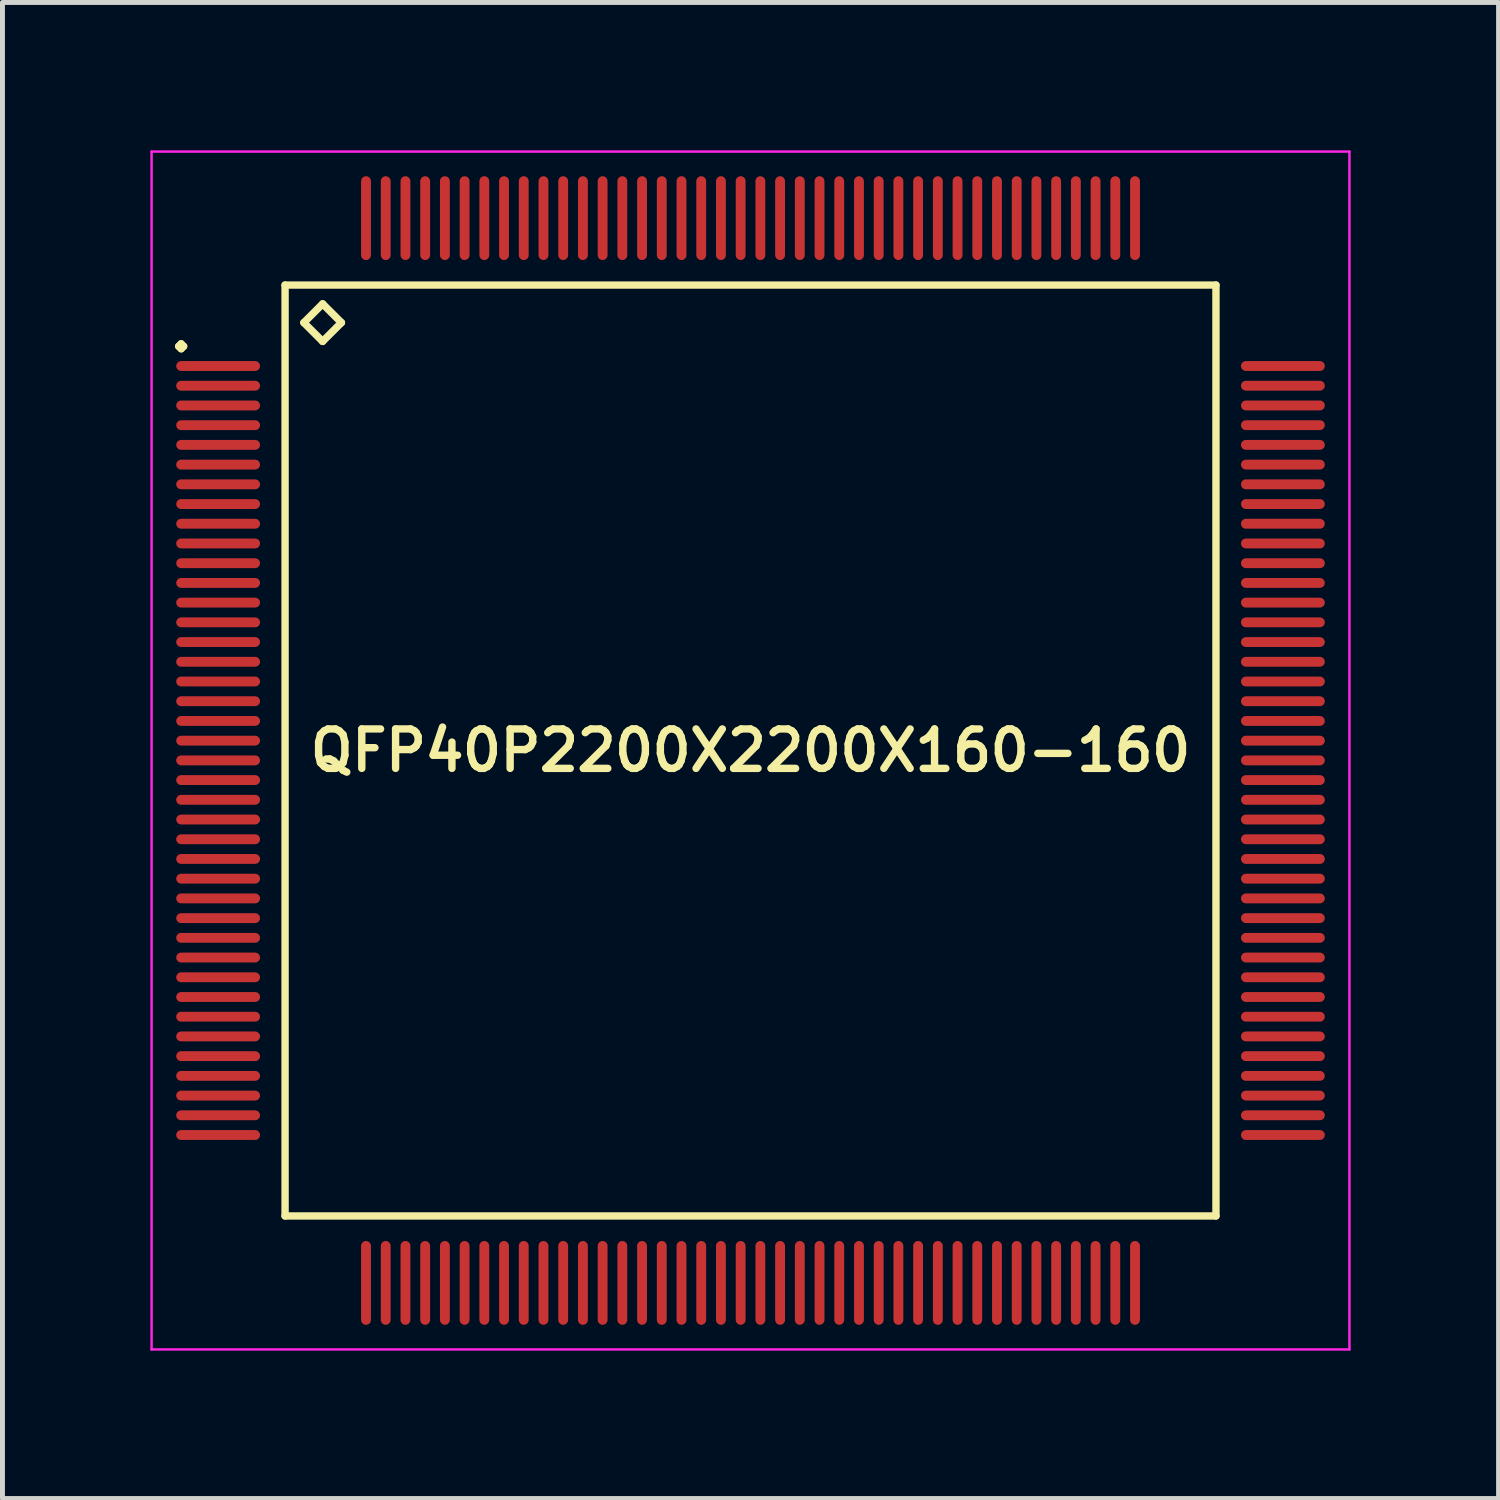
<source format=kicad_pcb>
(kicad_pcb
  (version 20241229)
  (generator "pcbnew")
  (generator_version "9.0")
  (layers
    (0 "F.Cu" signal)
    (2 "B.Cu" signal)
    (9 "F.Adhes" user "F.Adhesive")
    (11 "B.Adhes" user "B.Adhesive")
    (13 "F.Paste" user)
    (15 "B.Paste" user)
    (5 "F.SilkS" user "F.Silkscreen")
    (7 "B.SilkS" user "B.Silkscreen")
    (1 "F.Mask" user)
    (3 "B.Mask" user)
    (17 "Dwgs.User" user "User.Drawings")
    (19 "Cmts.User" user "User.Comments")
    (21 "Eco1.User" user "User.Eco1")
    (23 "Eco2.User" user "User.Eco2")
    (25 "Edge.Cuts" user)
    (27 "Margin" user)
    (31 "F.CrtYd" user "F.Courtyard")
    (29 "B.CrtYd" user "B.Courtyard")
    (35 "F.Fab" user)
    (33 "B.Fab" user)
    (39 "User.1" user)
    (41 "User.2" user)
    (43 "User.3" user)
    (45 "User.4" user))
  (footprint "QFP40P2200X2200X160-160"
    (layer "F.Cu")
    (at 12.175 12.175)
    (property "Reference" "QFP40P2200X2200X160-160" (at 0 0 0) (layer "F.SilkS") (effects (font (size 0.8 0.8) (thickness 0.15))))
    (attr smd)
    (fp_line (start -11.6 -8.2) (end -11.55 -8.25) (stroke (width 0.15) (type solid)) (layer "F.SilkS"))
    (fp_line (start -11.55 -8.25) (end -11.5 -8.2) (stroke (width 0.15) (type solid)) (layer "F.SilkS"))
    (fp_line (start -11.55 -8.15) (end -11.6 -8.2) (stroke (width 0.15) (type solid)) (layer "F.SilkS"))
    (fp_line (start -11.5 -8.2) (end -11.55 -8.15) (stroke (width 0.15) (type solid)) (layer "F.SilkS"))
    (fp_line (start -9.442 -9.442) (end -9.442 9.442) (stroke (width 0.15) (type solid)) (layer "F.SilkS"))
    (fp_line (start -9.442 9.442) (end 9.442 9.442) (stroke (width 0.15) (type solid)) (layer "F.SilkS"))
    (fp_line (start -9.061 -8.68) (end -8.68 -9.061) (stroke (width 0.15) (type solid)) (layer "F.SilkS"))
    (fp_line (start -8.68 -9.061) (end -8.299 -8.68) (stroke (width 0.15) (type solid)) (layer "F.SilkS"))
    (fp_line (start -8.68 -8.299) (end -9.061 -8.68) (stroke (width 0.15) (type solid)) (layer "F.SilkS"))
    (fp_line (start -8.299 -8.68) (end -8.68 -8.299) (stroke (width 0.15) (type solid)) (layer "F.SilkS"))
    (fp_line (start 9.442 -9.442) (end -9.442 -9.442) (stroke (width 0.15) (type solid)) (layer "F.SilkS"))
    (fp_line (start 9.442 9.442) (end 9.442 -9.442) (stroke (width 0.15) (type solid)) (layer "F.SilkS"))
    (fp_line (start -12.15 -12.15) (end 12.15 -12.15) (stroke (width 0.05) (type solid)) (layer "F.CrtYd"))
    (fp_line (start -12.15 12.15) (end -12.15 -12.15) (stroke (width 0.05) (type solid)) (layer "F.CrtYd"))
    (fp_line (start 12.15 -12.15) (end 12.15 12.15) (stroke (width 0.05) (type solid)) (layer "F.CrtYd"))
    (fp_line (start 12.15 12.15) (end -12.15 12.15) (stroke (width 0.05) (type solid)) (layer "F.CrtYd"))
    (pad "1" smd oval (at -10.8 -7.8) (size 1.7 0.2) (layers "F.Cu" "F.Mask" "F.Paste"))
    (pad "2" smd oval (at -10.8 -7.4) (size 1.7 0.2) (layers "F.Cu" "F.Mask" "F.Paste"))
    (pad "3" smd oval (at -10.8 -7) (size 1.7 0.2) (layers "F.Cu" "F.Mask" "F.Paste"))
    (pad "4" smd oval (at -10.8 -6.6) (size 1.7 0.2) (layers "F.Cu" "F.Mask" "F.Paste"))
    (pad "5" smd oval (at -10.8 -6.2) (size 1.7 0.2) (layers "F.Cu" "F.Mask" "F.Paste"))
    (pad "6" smd oval (at -10.8 -5.8) (size 1.7 0.2) (layers "F.Cu" "F.Mask" "F.Paste"))
    (pad "7" smd oval (at -10.8 -5.4) (size 1.7 0.2) (layers "F.Cu" "F.Mask" "F.Paste"))
    (pad "8" smd oval (at -10.8 -5) (size 1.7 0.2) (layers "F.Cu" "F.Mask" "F.Paste"))
    (pad "9" smd oval (at -10.8 -4.6) (size 1.7 0.2) (layers "F.Cu" "F.Mask" "F.Paste"))
    (pad "10" smd oval (at -10.8 -4.2) (size 1.7 0.2) (layers "F.Cu" "F.Mask" "F.Paste"))
    (pad "11" smd oval (at -10.8 -3.8) (size 1.7 0.2) (layers "F.Cu" "F.Mask" "F.Paste"))
    (pad "12" smd oval (at -10.8 -3.4) (size 1.7 0.2) (layers "F.Cu" "F.Mask" "F.Paste"))
    (pad "13" smd oval (at -10.8 -3) (size 1.7 0.2) (layers "F.Cu" "F.Mask" "F.Paste"))
    (pad "14" smd oval (at -10.8 -2.6) (size 1.7 0.2) (layers "F.Cu" "F.Mask" "F.Paste"))
    (pad "15" smd oval (at -10.8 -2.2) (size 1.7 0.2) (layers "F.Cu" "F.Mask" "F.Paste"))
    (pad "16" smd oval (at -10.8 -1.8) (size 1.7 0.2) (layers "F.Cu" "F.Mask" "F.Paste"))
    (pad "17" smd oval (at -10.8 -1.4) (size 1.7 0.2) (layers "F.Cu" "F.Mask" "F.Paste"))
    (pad "18" smd oval (at -10.8 -1) (size 1.7 0.2) (layers "F.Cu" "F.Mask" "F.Paste"))
    (pad "19" smd oval (at -10.8 -0.6) (size 1.7 0.2) (layers "F.Cu" "F.Mask" "F.Paste"))
    (pad "20" smd oval (at -10.8 -0.2) (size 1.7 0.2) (layers "F.Cu" "F.Mask" "F.Paste"))
    (pad "21" smd oval (at -10.8 0.2) (size 1.7 0.2) (layers "F.Cu" "F.Mask" "F.Paste"))
    (pad "22" smd oval (at -10.8 0.6) (size 1.7 0.2) (layers "F.Cu" "F.Mask" "F.Paste"))
    (pad "23" smd oval (at -10.8 1) (size 1.7 0.2) (layers "F.Cu" "F.Mask" "F.Paste"))
    (pad "24" smd oval (at -10.8 1.4) (size 1.7 0.2) (layers "F.Cu" "F.Mask" "F.Paste"))
    (pad "25" smd oval (at -10.8 1.8) (size 1.7 0.2) (layers "F.Cu" "F.Mask" "F.Paste"))
    (pad "26" smd oval (at -10.8 2.2) (size 1.7 0.2) (layers "F.Cu" "F.Mask" "F.Paste"))
    (pad "27" smd oval (at -10.8 2.6) (size 1.7 0.2) (layers "F.Cu" "F.Mask" "F.Paste"))
    (pad "28" smd oval (at -10.8 3) (size 1.7 0.2) (layers "F.Cu" "F.Mask" "F.Paste"))
    (pad "29" smd oval (at -10.8 3.4) (size 1.7 0.2) (layers "F.Cu" "F.Mask" "F.Paste"))
    (pad "30" smd oval (at -10.8 3.8) (size 1.7 0.2) (layers "F.Cu" "F.Mask" "F.Paste"))
    (pad "31" smd oval (at -10.8 4.2) (size 1.7 0.2) (layers "F.Cu" "F.Mask" "F.Paste"))
    (pad "32" smd oval (at -10.8 4.6) (size 1.7 0.2) (layers "F.Cu" "F.Mask" "F.Paste"))
    (pad "33" smd oval (at -10.8 5) (size 1.7 0.2) (layers "F.Cu" "F.Mask" "F.Paste"))
    (pad "34" smd oval (at -10.8 5.4) (size 1.7 0.2) (layers "F.Cu" "F.Mask" "F.Paste"))
    (pad "35" smd oval (at -10.8 5.8) (size 1.7 0.2) (layers "F.Cu" "F.Mask" "F.Paste"))
    (pad "36" smd oval (at -10.8 6.2) (size 1.7 0.2) (layers "F.Cu" "F.Mask" "F.Paste"))
    (pad "37" smd oval (at -10.8 6.6) (size 1.7 0.2) (layers "F.Cu" "F.Mask" "F.Paste"))
    (pad "38" smd oval (at -10.8 7) (size 1.7 0.2) (layers "F.Cu" "F.Mask" "F.Paste"))
    (pad "39" smd oval (at -10.8 7.4) (size 1.7 0.2) (layers "F.Cu" "F.Mask" "F.Paste"))
    (pad "40" smd oval (at -10.8 7.8) (size 1.7 0.2) (layers "F.Cu" "F.Mask" "F.Paste"))
    (pad "41" smd oval (at -7.8 10.8) (size 0.2 1.7) (layers "F.Cu" "F.Mask" "F.Paste"))
    (pad "42" smd oval (at -7.4 10.8) (size 0.2 1.7) (layers "F.Cu" "F.Mask" "F.Paste"))
    (pad "43" smd oval (at -7 10.8) (size 0.2 1.7) (layers "F.Cu" "F.Mask" "F.Paste"))
    (pad "44" smd oval (at -6.6 10.8) (size 0.2 1.7) (layers "F.Cu" "F.Mask" "F.Paste"))
    (pad "45" smd oval (at -6.2 10.8) (size 0.2 1.7) (layers "F.Cu" "F.Mask" "F.Paste"))
    (pad "46" smd oval (at -5.8 10.8) (size 0.2 1.7) (layers "F.Cu" "F.Mask" "F.Paste"))
    (pad "47" smd oval (at -5.4 10.8) (size 0.2 1.7) (layers "F.Cu" "F.Mask" "F.Paste"))
    (pad "48" smd oval (at -5 10.8) (size 0.2 1.7) (layers "F.Cu" "F.Mask" "F.Paste"))
    (pad "49" smd oval (at -4.6 10.8) (size 0.2 1.7) (layers "F.Cu" "F.Mask" "F.Paste"))
    (pad "50" smd oval (at -4.2 10.8) (size 0.2 1.7) (layers "F.Cu" "F.Mask" "F.Paste"))
    (pad "51" smd oval (at -3.8 10.8) (size 0.2 1.7) (layers "F.Cu" "F.Mask" "F.Paste"))
    (pad "52" smd oval (at -3.4 10.8) (size 0.2 1.7) (layers "F.Cu" "F.Mask" "F.Paste"))
    (pad "53" smd oval (at -3 10.8) (size 0.2 1.7) (layers "F.Cu" "F.Mask" "F.Paste"))
    (pad "54" smd oval (at -2.6 10.8) (size 0.2 1.7) (layers "F.Cu" "F.Mask" "F.Paste"))
    (pad "55" smd oval (at -2.2 10.8) (size 0.2 1.7) (layers "F.Cu" "F.Mask" "F.Paste"))
    (pad "56" smd oval (at -1.8 10.8) (size 0.2 1.7) (layers "F.Cu" "F.Mask" "F.Paste"))
    (pad "57" smd oval (at -1.4 10.8) (size 0.2 1.7) (layers "F.Cu" "F.Mask" "F.Paste"))
    (pad "58" smd oval (at -1 10.8) (size 0.2 1.7) (layers "F.Cu" "F.Mask" "F.Paste"))
    (pad "59" smd oval (at -0.6 10.8) (size 0.2 1.7) (layers "F.Cu" "F.Mask" "F.Paste"))
    (pad "60" smd oval (at -0.2 10.8) (size 0.2 1.7) (layers "F.Cu" "F.Mask" "F.Paste"))
    (pad "61" smd oval (at 0.2 10.8) (size 0.2 1.7) (layers "F.Cu" "F.Mask" "F.Paste"))
    (pad "62" smd oval (at 0.6 10.8) (size 0.2 1.7) (layers "F.Cu" "F.Mask" "F.Paste"))
    (pad "63" smd oval (at 1 10.8) (size 0.2 1.7) (layers "F.Cu" "F.Mask" "F.Paste"))
    (pad "64" smd oval (at 1.4 10.8) (size 0.2 1.7) (layers "F.Cu" "F.Mask" "F.Paste"))
    (pad "65" smd oval (at 1.8 10.8) (size 0.2 1.7) (layers "F.Cu" "F.Mask" "F.Paste"))
    (pad "66" smd oval (at 2.2 10.8) (size 0.2 1.7) (layers "F.Cu" "F.Mask" "F.Paste"))
    (pad "67" smd oval (at 2.6 10.8) (size 0.2 1.7) (layers "F.Cu" "F.Mask" "F.Paste"))
    (pad "68" smd oval (at 3 10.8) (size 0.2 1.7) (layers "F.Cu" "F.Mask" "F.Paste"))
    (pad "69" smd oval (at 3.4 10.8) (size 0.2 1.7) (layers "F.Cu" "F.Mask" "F.Paste"))
    (pad "70" smd oval (at 3.8 10.8) (size 0.2 1.7) (layers "F.Cu" "F.Mask" "F.Paste"))
    (pad "71" smd oval (at 4.2 10.8) (size 0.2 1.7) (layers "F.Cu" "F.Mask" "F.Paste"))
    (pad "72" smd oval (at 4.6 10.8) (size 0.2 1.7) (layers "F.Cu" "F.Mask" "F.Paste"))
    (pad "73" smd oval (at 5 10.8) (size 0.2 1.7) (layers "F.Cu" "F.Mask" "F.Paste"))
    (pad "74" smd oval (at 5.4 10.8) (size 0.2 1.7) (layers "F.Cu" "F.Mask" "F.Paste"))
    (pad "75" smd oval (at 5.8 10.8) (size 0.2 1.7) (layers "F.Cu" "F.Mask" "F.Paste"))
    (pad "76" smd oval (at 6.2 10.8) (size 0.2 1.7) (layers "F.Cu" "F.Mask" "F.Paste"))
    (pad "77" smd oval (at 6.6 10.8) (size 0.2 1.7) (layers "F.Cu" "F.Mask" "F.Paste"))
    (pad "78" smd oval (at 7 10.8) (size 0.2 1.7) (layers "F.Cu" "F.Mask" "F.Paste"))
    (pad "79" smd oval (at 7.4 10.8) (size 0.2 1.7) (layers "F.Cu" "F.Mask" "F.Paste"))
    (pad "80" smd oval (at 7.8 10.8) (size 0.2 1.7) (layers "F.Cu" "F.Mask" "F.Paste"))
    (pad "81" smd oval (at 10.8 7.8) (size 1.7 0.2) (layers "F.Cu" "F.Mask" "F.Paste"))
    (pad "82" smd oval (at 10.8 7.4) (size 1.7 0.2) (layers "F.Cu" "F.Mask" "F.Paste"))
    (pad "83" smd oval (at 10.8 7) (size 1.7 0.2) (layers "F.Cu" "F.Mask" "F.Paste"))
    (pad "84" smd oval (at 10.8 6.6) (size 1.7 0.2) (layers "F.Cu" "F.Mask" "F.Paste"))
    (pad "85" smd oval (at 10.8 6.2) (size 1.7 0.2) (layers "F.Cu" "F.Mask" "F.Paste"))
    (pad "86" smd oval (at 10.8 5.8) (size 1.7 0.2) (layers "F.Cu" "F.Mask" "F.Paste"))
    (pad "87" smd oval (at 10.8 5.4) (size 1.7 0.2) (layers "F.Cu" "F.Mask" "F.Paste"))
    (pad "88" smd oval (at 10.8 5) (size 1.7 0.2) (layers "F.Cu" "F.Mask" "F.Paste"))
    (pad "89" smd oval (at 10.8 4.6) (size 1.7 0.2) (layers "F.Cu" "F.Mask" "F.Paste"))
    (pad "90" smd oval (at 10.8 4.2) (size 1.7 0.2) (layers "F.Cu" "F.Mask" "F.Paste"))
    (pad "91" smd oval (at 10.8 3.8) (size 1.7 0.2) (layers "F.Cu" "F.Mask" "F.Paste"))
    (pad "92" smd oval (at 10.8 3.4) (size 1.7 0.2) (layers "F.Cu" "F.Mask" "F.Paste"))
    (pad "93" smd oval (at 10.8 3) (size 1.7 0.2) (layers "F.Cu" "F.Mask" "F.Paste"))
    (pad "94" smd oval (at 10.8 2.6) (size 1.7 0.2) (layers "F.Cu" "F.Mask" "F.Paste"))
    (pad "95" smd oval (at 10.8 2.2) (size 1.7 0.2) (layers "F.Cu" "F.Mask" "F.Paste"))
    (pad "96" smd oval (at 10.8 1.8) (size 1.7 0.2) (layers "F.Cu" "F.Mask" "F.Paste"))
    (pad "97" smd oval (at 10.8 1.4) (size 1.7 0.2) (layers "F.Cu" "F.Mask" "F.Paste"))
    (pad "98" smd oval (at 10.8 1) (size 1.7 0.2) (layers "F.Cu" "F.Mask" "F.Paste"))
    (pad "99" smd oval (at 10.8 0.6) (size 1.7 0.2) (layers "F.Cu" "F.Mask" "F.Paste"))
    (pad "100" smd oval (at 10.8 0.2) (size 1.7 0.2) (layers "F.Cu" "F.Mask" "F.Paste"))
    (pad "101" smd oval (at 10.8 -0.2) (size 1.7 0.2) (layers "F.Cu" "F.Mask" "F.Paste"))
    (pad "102" smd oval (at 10.8 -0.6) (size 1.7 0.2) (layers "F.Cu" "F.Mask" "F.Paste"))
    (pad "103" smd oval (at 10.8 -1) (size 1.7 0.2) (layers "F.Cu" "F.Mask" "F.Paste"))
    (pad "104" smd oval (at 10.8 -1.4) (size 1.7 0.2) (layers "F.Cu" "F.Mask" "F.Paste"))
    (pad "105" smd oval (at 10.8 -1.8) (size 1.7 0.2) (layers "F.Cu" "F.Mask" "F.Paste"))
    (pad "106" smd oval (at 10.8 -2.2) (size 1.7 0.2) (layers "F.Cu" "F.Mask" "F.Paste"))
    (pad "107" smd oval (at 10.8 -2.6) (size 1.7 0.2) (layers "F.Cu" "F.Mask" "F.Paste"))
    (pad "108" smd oval (at 10.8 -3) (size 1.7 0.2) (layers "F.Cu" "F.Mask" "F.Paste"))
    (pad "109" smd oval (at 10.8 -3.4) (size 1.7 0.2) (layers "F.Cu" "F.Mask" "F.Paste"))
    (pad "110" smd oval (at 10.8 -3.8) (size 1.7 0.2) (layers "F.Cu" "F.Mask" "F.Paste"))
    (pad "111" smd oval (at 10.8 -4.2) (size 1.7 0.2) (layers "F.Cu" "F.Mask" "F.Paste"))
    (pad "112" smd oval (at 10.8 -4.6) (size 1.7 0.2) (layers "F.Cu" "F.Mask" "F.Paste"))
    (pad "113" smd oval (at 10.8 -5) (size 1.7 0.2) (layers "F.Cu" "F.Mask" "F.Paste"))
    (pad "114" smd oval (at 10.8 -5.4) (size 1.7 0.2) (layers "F.Cu" "F.Mask" "F.Paste"))
    (pad "115" smd oval (at 10.8 -5.8) (size 1.7 0.2) (layers "F.Cu" "F.Mask" "F.Paste"))
    (pad "116" smd oval (at 10.8 -6.2) (size 1.7 0.2) (layers "F.Cu" "F.Mask" "F.Paste"))
    (pad "117" smd oval (at 10.8 -6.6) (size 1.7 0.2) (layers "F.Cu" "F.Mask" "F.Paste"))
    (pad "118" smd oval (at 10.8 -7) (size 1.7 0.2) (layers "F.Cu" "F.Mask" "F.Paste"))
    (pad "119" smd oval (at 10.8 -7.4) (size 1.7 0.2) (layers "F.Cu" "F.Mask" "F.Paste"))
    (pad "120" smd oval (at 10.8 -7.8) (size 1.7 0.2) (layers "F.Cu" "F.Mask" "F.Paste"))
    (pad "121" smd oval (at 7.8 -10.8) (size 0.2 1.7) (layers "F.Cu" "F.Mask" "F.Paste"))
    (pad "122" smd oval (at 7.4 -10.8) (size 0.2 1.7) (layers "F.Cu" "F.Mask" "F.Paste"))
    (pad "123" smd oval (at 7 -10.8) (size 0.2 1.7) (layers "F.Cu" "F.Mask" "F.Paste"))
    (pad "124" smd oval (at 6.6 -10.8) (size 0.2 1.7) (layers "F.Cu" "F.Mask" "F.Paste"))
    (pad "125" smd oval (at 6.2 -10.8) (size 0.2 1.7) (layers "F.Cu" "F.Mask" "F.Paste"))
    (pad "126" smd oval (at 5.8 -10.8) (size 0.2 1.7) (layers "F.Cu" "F.Mask" "F.Paste"))
    (pad "127" smd oval (at 5.4 -10.8) (size 0.2 1.7) (layers "F.Cu" "F.Mask" "F.Paste"))
    (pad "128" smd oval (at 5 -10.8) (size 0.2 1.7) (layers "F.Cu" "F.Mask" "F.Paste"))
    (pad "129" smd oval (at 4.6 -10.8) (size 0.2 1.7) (layers "F.Cu" "F.Mask" "F.Paste"))
    (pad "130" smd oval (at 4.2 -10.8) (size 0.2 1.7) (layers "F.Cu" "F.Mask" "F.Paste"))
    (pad "131" smd oval (at 3.8 -10.8) (size 0.2 1.7) (layers "F.Cu" "F.Mask" "F.Paste"))
    (pad "132" smd oval (at 3.4 -10.8) (size 0.2 1.7) (layers "F.Cu" "F.Mask" "F.Paste"))
    (pad "133" smd oval (at 3 -10.8) (size 0.2 1.7) (layers "F.Cu" "F.Mask" "F.Paste"))
    (pad "134" smd oval (at 2.6 -10.8) (size 0.2 1.7) (layers "F.Cu" "F.Mask" "F.Paste"))
    (pad "135" smd oval (at 2.2 -10.8) (size 0.2 1.7) (layers "F.Cu" "F.Mask" "F.Paste"))
    (pad "136" smd oval (at 1.8 -10.8) (size 0.2 1.7) (layers "F.Cu" "F.Mask" "F.Paste"))
    (pad "137" smd oval (at 1.4 -10.8) (size 0.2 1.7) (layers "F.Cu" "F.Mask" "F.Paste"))
    (pad "138" smd oval (at 1 -10.8) (size 0.2 1.7) (layers "F.Cu" "F.Mask" "F.Paste"))
    (pad "139" smd oval (at 0.6 -10.8) (size 0.2 1.7) (layers "F.Cu" "F.Mask" "F.Paste"))
    (pad "140" smd oval (at 0.2 -10.8) (size 0.2 1.7) (layers "F.Cu" "F.Mask" "F.Paste"))
    (pad "141" smd oval (at -0.2 -10.8) (size 0.2 1.7) (layers "F.Cu" "F.Mask" "F.Paste"))
    (pad "142" smd oval (at -0.6 -10.8) (size 0.2 1.7) (layers "F.Cu" "F.Mask" "F.Paste"))
    (pad "143" smd oval (at -1 -10.8) (size 0.2 1.7) (layers "F.Cu" "F.Mask" "F.Paste"))
    (pad "144" smd oval (at -1.4 -10.8) (size 0.2 1.7) (layers "F.Cu" "F.Mask" "F.Paste"))
    (pad "145" smd oval (at -1.8 -10.8) (size 0.2 1.7) (layers "F.Cu" "F.Mask" "F.Paste"))
    (pad "146" smd oval (at -2.2 -10.8) (size 0.2 1.7) (layers "F.Cu" "F.Mask" "F.Paste"))
    (pad "147" smd oval (at -2.6 -10.8) (size 0.2 1.7) (layers "F.Cu" "F.Mask" "F.Paste"))
    (pad "148" smd oval (at -3 -10.8) (size 0.2 1.7) (layers "F.Cu" "F.Mask" "F.Paste"))
    (pad "149" smd oval (at -3.4 -10.8) (size 0.2 1.7) (layers "F.Cu" "F.Mask" "F.Paste"))
    (pad "150" smd oval (at -3.8 -10.8) (size 0.2 1.7) (layers "F.Cu" "F.Mask" "F.Paste"))
    (pad "151" smd oval (at -4.2 -10.8) (size 0.2 1.7) (layers "F.Cu" "F.Mask" "F.Paste"))
    (pad "152" smd oval (at -4.6 -10.8) (size 0.2 1.7) (layers "F.Cu" "F.Mask" "F.Paste"))
    (pad "153" smd oval (at -5 -10.8) (size 0.2 1.7) (layers "F.Cu" "F.Mask" "F.Paste"))
    (pad "154" smd oval (at -5.4 -10.8) (size 0.2 1.7) (layers "F.Cu" "F.Mask" "F.Paste"))
    (pad "155" smd oval (at -5.8 -10.8) (size 0.2 1.7) (layers "F.Cu" "F.Mask" "F.Paste"))
    (pad "156" smd oval (at -6.2 -10.8) (size 0.2 1.7) (layers "F.Cu" "F.Mask" "F.Paste"))
    (pad "157" smd oval (at -6.6 -10.8) (size 0.2 1.7) (layers "F.Cu" "F.Mask" "F.Paste"))
    (pad "158" smd oval (at -7 -10.8) (size 0.2 1.7) (layers "F.Cu" "F.Mask" "F.Paste"))
    (pad "159" smd oval (at -7.4 -10.8) (size 0.2 1.7) (layers "F.Cu" "F.Mask" "F.Paste"))
    (pad "160" smd oval (at -7.8 -10.8) (size 0.2 1.7) (layers "F.Cu" "F.Mask" "F.Paste")))
  (gr_rect
    (start -3 -3)
    (end 27.35 27.35)
    (stroke (width 0.1) (type default))
    (fill no)
    (layer "Edge.Cuts")))
</source>
